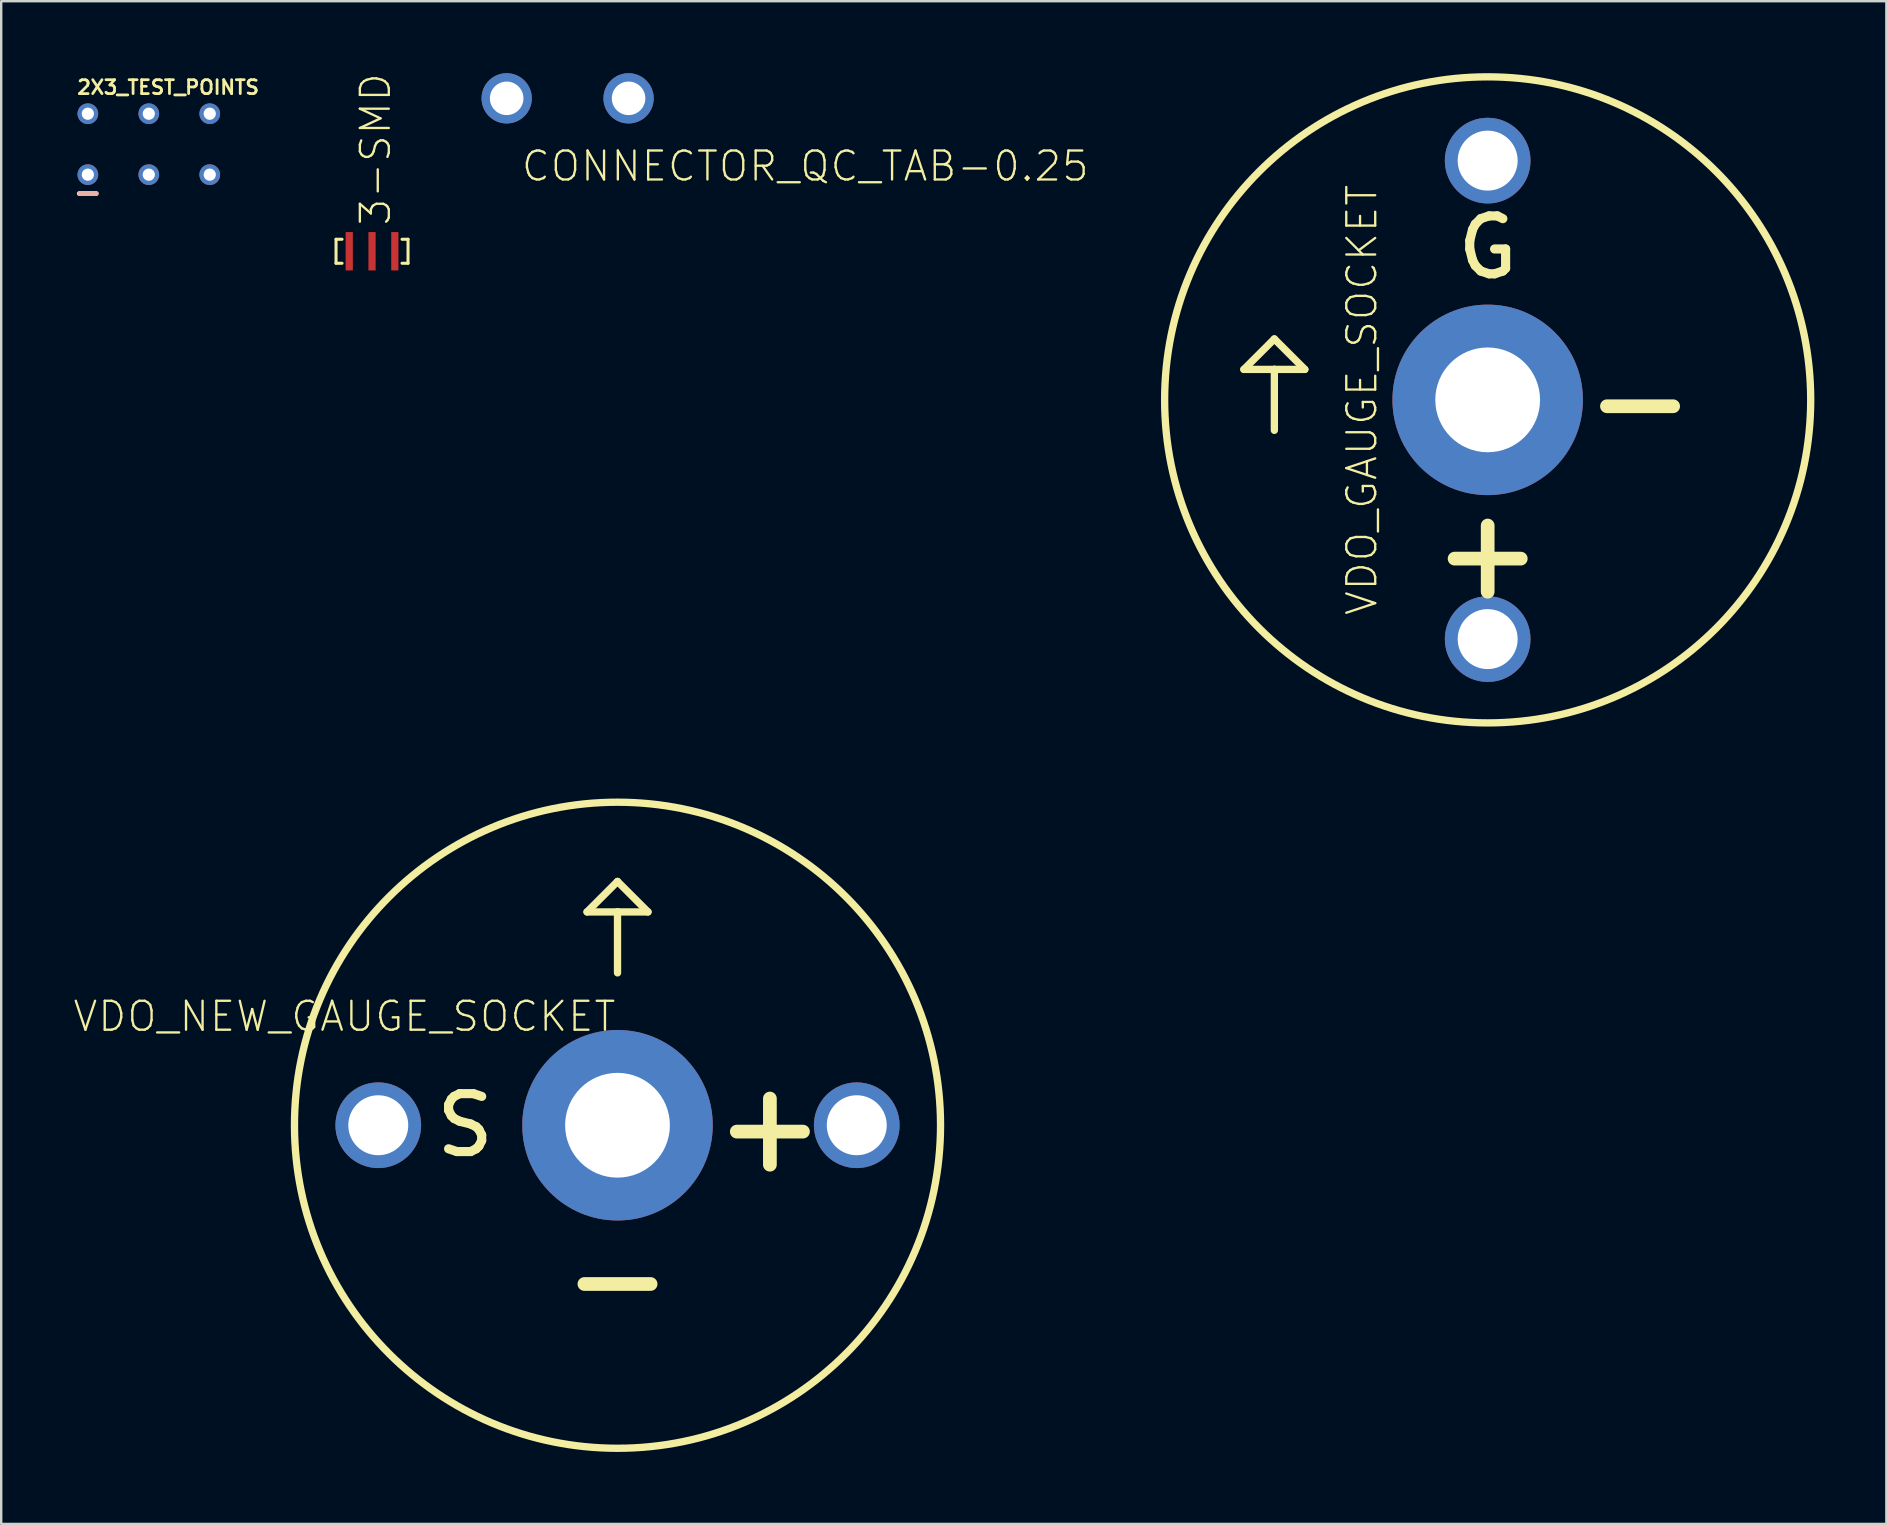
<source format=kicad_pcb>
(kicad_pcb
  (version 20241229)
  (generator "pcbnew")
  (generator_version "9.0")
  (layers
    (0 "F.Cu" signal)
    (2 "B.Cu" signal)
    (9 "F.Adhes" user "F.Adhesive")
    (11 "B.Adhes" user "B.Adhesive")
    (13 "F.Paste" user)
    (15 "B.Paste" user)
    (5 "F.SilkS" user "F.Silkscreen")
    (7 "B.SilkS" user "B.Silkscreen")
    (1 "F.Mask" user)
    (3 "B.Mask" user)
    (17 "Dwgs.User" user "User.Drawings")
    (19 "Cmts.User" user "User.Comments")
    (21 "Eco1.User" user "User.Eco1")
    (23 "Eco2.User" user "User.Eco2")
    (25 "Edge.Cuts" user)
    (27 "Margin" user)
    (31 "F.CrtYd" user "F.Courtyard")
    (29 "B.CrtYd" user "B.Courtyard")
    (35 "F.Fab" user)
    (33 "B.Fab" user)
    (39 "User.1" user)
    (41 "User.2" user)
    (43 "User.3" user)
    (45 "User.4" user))
  (footprint "2X3_TEST_POINTS"
    (layer "F.Cu")
    (at 3.151 2.959)
    (property "Reference" "2X3_TEST_POINTS" (at -3.048 -2.032 180) (layer "F.SilkS") (effects (font (size 0.579 0.579) (thickness 0.116)) (justify left bottom)))
    (attr through_hole)
    (fp_circle (center -2.54 -1.27) (end -2.235 -1.27) (stroke (width 0.611) (type solid)) (fill no) (layer "F.Mask"))
    (fp_circle (center -2.54 1.27) (end -2.235 1.27) (stroke (width 0.611) (type solid)) (fill no) (layer "F.Mask"))
    (fp_circle (center 0 -1.27) (end 0.305 -1.27) (stroke (width 0.611) (type solid)) (fill no) (layer "F.Mask"))
    (fp_circle (center 0 1.27) (end 0.305 1.27) (stroke (width 0.611) (type solid)) (fill no) (layer "F.Mask"))
    (fp_circle (center 2.54 -1.27) (end 2.845 -1.27) (stroke (width 0.611) (type solid)) (fill no) (layer "F.Mask"))
    (fp_circle (center 2.54 1.27) (end 2.845 1.27) (stroke (width 0.611) (type solid)) (fill no) (layer "F.Mask"))
    (fp_line (start -2.896 2.057) (end -2.21 2.057) (stroke (width 0.203) (type solid)) (layer "F.SilkS"))
    (fp_line (start -2.184 2.057) (end -2.87 2.057) (stroke (width 0.203) (type solid)) (layer "B.SilkS"))
    (pad "1" thru_hole circle (at -2.54 1.27) (size 0.864 0.864) (drill 0.508) (layers "*.Cu" "*.Mask"))
    (pad "2" thru_hole circle (at -2.54 -1.27) (size 0.864 0.864) (drill 0.508) (layers "*.Cu" "*.Mask"))
    (pad "3" thru_hole circle (at 0 1.27) (size 0.864 0.864) (drill 0.508) (layers "*.Cu" "*.Mask"))
    (pad "4" thru_hole circle (at 0 -1.27) (size 0.864 0.864) (drill 0.508) (layers "*.Cu" "*.Mask"))
    (pad "5" thru_hole circle (at 2.54 1.27) (size 0.864 0.864) (drill 0.508) (layers "*.Cu" "*.Mask"))
    (pad "6" thru_hole circle (at 2.54 -1.27) (size 0.864 0.864) (drill 0.508) (layers "*.Cu" "*.Mask")))
  (footprint "VDO_NEW_GAUGE_SOCKET"
    (layer "F.Cu")
    (at 22.684 43.843)
    (property "Reference" "VDO_NEW_GAUGE_SOCKET" (at 0 -5.24 0) (layer "F.SilkS") (effects (font (size 1.206 1.206) (thickness 0.097)) (justify right top)))
    (attr through_hole)
    (fp_line (start -1.27 -8.89) (end 0 -8.89) (stroke (width 0.305) (type solid)) (layer "F.SilkS"))
    (fp_line (start 0 -10.16) (end -1.27 -8.89) (stroke (width 0.305) (type solid)) (layer "F.SilkS"))
    (fp_line (start 0 -8.89) (end 0 -6.35) (stroke (width 0.305) (type solid)) (layer "F.SilkS"))
    (fp_line (start 0 -8.89) (end 1.27 -8.89) (stroke (width 0.305) (type solid)) (layer "F.SilkS"))
    (fp_line (start 1.27 -8.89) (end 0 -10.16) (stroke (width 0.305) (type solid)) (layer "F.SilkS"))
    (fp_circle (center 0 0) (end 13.462 0) (stroke (width 0.305) (type solid)) (fill no) (layer "F.SilkS"))
    (fp_text user "+" (at 6.35 0 0) (layer "F.SilkS") (effects (font (size 3.619 3.619) (thickness 0.572))))
    (fp_text user "-" (at 0 6.35 0) (layer "F.SilkS") (effects (font (size 3.619 3.619) (thickness 0.572))))
    (fp_text user "S" (at -6.35 0 0) (layer "F.SilkS") (effects (font (size 2.413 2.413) (thickness 0.381))))
    (pad "12V" thru_hole circle (at 9.97 0) (size 3.571 3.571) (drill 2.499) (layers "*.Cu" "*.Mask"))
    (pad "GND" thru_hole circle (at 0 0) (size 7.938 7.938) (drill 4.366) (layers "*.Cu" "*.Mask"))
    (pad "SIGNAL" thru_hole circle (at -9.97 0) (size 3.571 3.571) (drill 2.499) (layers "*.Cu" "*.Mask")))
  (footprint "3-SMD"
    (layer "F.Cu")
    (at 12.454 7.421)
    (property "Reference" "3-SMD" (at 0.851 -0.996 270) (layer "F.SilkS") (effects (font (size 1.206 1.206) (thickness 0.097)) (justify left bottom)))
    (attr through_hole)
    (fp_line (start -1.5 -0.5) (end -1.5 0.5) (stroke (width 0.127) (type solid)) (layer "F.SilkS"))
    (fp_line (start -1.5 0.5) (end -1.25 0.5) (stroke (width 0.127) (type solid)) (layer "F.SilkS"))
    (fp_line (start -1.25 -0.5) (end -1.5 -0.5) (stroke (width 0.127) (type solid)) (layer "F.SilkS"))
    (fp_line (start 1.25 -0.5) (end 1.5 -0.5) (stroke (width 0.127) (type solid)) (layer "F.SilkS"))
    (fp_line (start 1.5 -0.5) (end 1.5 0.5) (stroke (width 0.127) (type solid)) (layer "F.SilkS"))
    (fp_line (start 1.5 0.5) (end 1.25 0.5) (stroke (width 0.127) (type solid)) (layer "F.SilkS"))
    (pad "GND" smd rect (at 0 0) (size 0.3 1.6) (layers "F.Cu" "F.Mask" "F.Paste"))
    (pad "XTAL1" smd rect (at -0.95 0) (size 0.3 1.6) (layers "F.Cu" "F.Mask" "F.Paste"))
    (pad "XTAL2" smd rect (at 0.95 0) (size 0.3 1.6) (layers "F.Cu" "F.Mask" "F.Paste")))
  (footprint "VDO_GAUGE_SOCKET"
    (layer "F.Cu")
    (at 58.947 13.614)
    (property "Reference" "VDO_GAUGE_SOCKET" (at -5.24 0 90) (layer "F.SilkS") (effects (font (size 1.206 1.206) (thickness 0.097))))
    (attr through_hole)
    (fp_line (start -10.16 -1.27) (end -8.89 -1.27) (stroke (width 0.305) (type solid)) (layer "F.SilkS"))
    (fp_line (start -8.89 -2.54) (end -10.16 -1.27) (stroke (width 0.305) (type solid)) (layer "F.SilkS"))
    (fp_line (start -8.89 -1.27) (end -8.89 1.27) (stroke (width 0.305) (type solid)) (layer "F.SilkS"))
    (fp_line (start -8.89 -1.27) (end -7.62 -1.27) (stroke (width 0.305) (type solid)) (layer "F.SilkS"))
    (fp_line (start -7.62 -1.27) (end -8.89 -2.54) (stroke (width 0.305) (type solid)) (layer "F.SilkS"))
    (fp_circle (center 0 0) (end 13.462 0) (stroke (width 0.305) (type solid)) (fill no) (layer "F.SilkS"))
    (fp_text user "G" (at 0 -6.35 0) (layer "F.SilkS") (effects (font (size 2.413 2.413) (thickness 0.381))))
    (fp_text user "+" (at 0 6.35 0) (layer "F.SilkS") (effects (font (size 3.619 3.619) (thickness 0.572))))
    (fp_text user "-" (at 6.35 0 0) (layer "F.SilkS") (effects (font (size 3.619 3.619) (thickness 0.572))))
    (pad "12V" thru_hole circle (at 0 9.97) (size 3.571 3.571) (drill 2.499) (layers "*.Cu" "*.Mask"))
    (pad "GND" thru_hole circle (at 0 0) (size 7.938 7.938) (drill 4.366) (layers "*.Cu" "*.Mask"))
    (pad "SIGNAL" thru_hole circle (at 0 -9.97) (size 3.571 3.571) (drill 2.499) (layers "*.Cu" "*.Mask")))
  (footprint "CONNECTOR_QC_TAB-0.25"
    (layer "F.Cu")
    (at 20.605 1.048)
    (property "Reference" "CONNECTOR_QC_TAB-0.25" (at -1.991 2.828 0) (layer "F.SilkS") (effects (font (size 1.206 1.206) (thickness 0.097)) (justify left)))
    (attr through_hole)
    (pad "S1" thru_hole circle (at 2.54 0) (size 2.095 2.095) (drill 1.397) (layers "*.Cu" "*.Mask"))
    (pad "S2" thru_hole circle (at -2.54 0) (size 2.095 2.095) (drill 1.397) (layers "*.Cu" "*.Mask")))
  (gr_rect
    (start -3 -3)
    (end 75.562 60.458)
    (stroke (width 0.1) (type default))
    (fill no)
    (layer "Edge.Cuts")))
</source>
